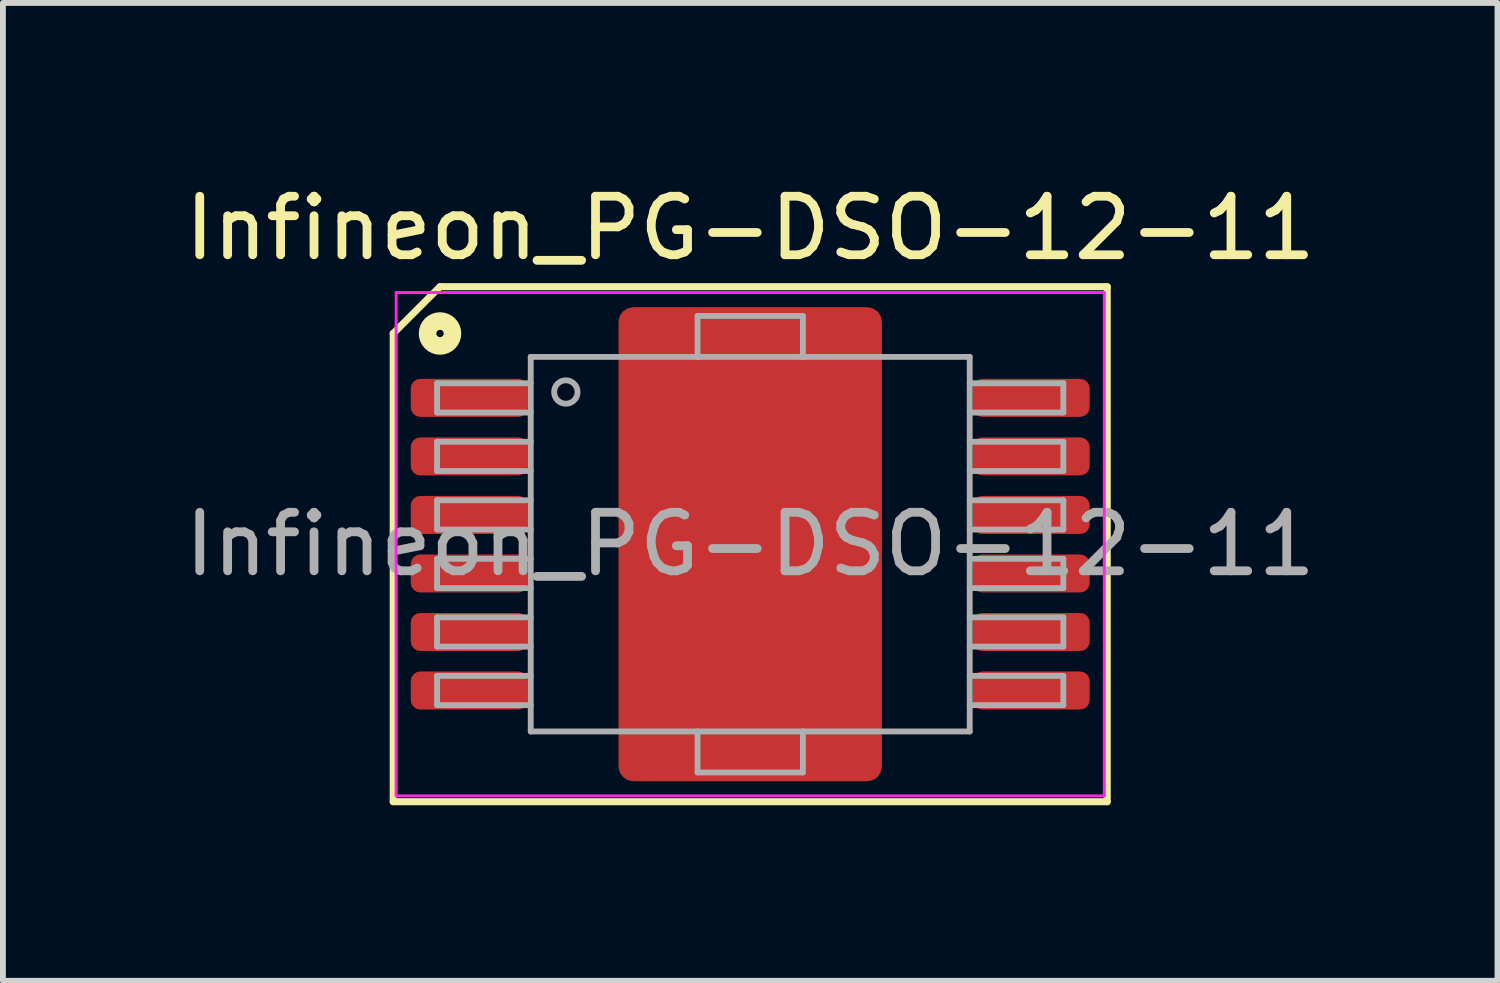
<source format=kicad_pcb>
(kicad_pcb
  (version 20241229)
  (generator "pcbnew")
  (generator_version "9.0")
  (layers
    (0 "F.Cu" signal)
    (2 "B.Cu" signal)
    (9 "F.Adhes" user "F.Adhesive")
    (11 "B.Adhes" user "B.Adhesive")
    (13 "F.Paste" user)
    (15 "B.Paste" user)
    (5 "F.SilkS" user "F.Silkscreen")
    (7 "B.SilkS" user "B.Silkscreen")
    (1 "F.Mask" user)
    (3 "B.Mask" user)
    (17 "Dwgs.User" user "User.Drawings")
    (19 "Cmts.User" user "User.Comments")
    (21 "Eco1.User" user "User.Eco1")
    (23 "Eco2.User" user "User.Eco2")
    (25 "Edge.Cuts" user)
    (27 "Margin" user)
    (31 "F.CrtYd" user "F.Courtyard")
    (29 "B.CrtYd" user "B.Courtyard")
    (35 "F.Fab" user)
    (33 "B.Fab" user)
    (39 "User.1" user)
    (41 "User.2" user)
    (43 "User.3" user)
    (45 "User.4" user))
  (footprint "Infineon_PG-DSO-12-11"
    (layer "F.Cu")
    (at 9.768 6.248)
    (property "Reference" "Infineon_PG-DSO-12-11" (at 0 -5.4 0) (layer "F.SilkS") (effects (font (size 1 1) (thickness 0.15))))
    (attr smd)
    (fp_line (start -6.1 -3.6) (end -6.1 4.4) (stroke (width 0.12) (type solid)) (layer "F.SilkS"))
    (fp_line (start -6.1 -3.6) (end -5.3 -4.4) (stroke (width 0.12) (type solid)) (layer "F.SilkS"))
    (fp_line (start -6.1 4.4) (end 6.1 4.4) (stroke (width 0.12) (type solid)) (layer "F.SilkS"))
    (fp_line (start 6.1 -4.4) (end -5.3 -4.4) (stroke (width 0.12) (type solid)) (layer "F.SilkS"))
    (fp_line (start 6.1 4.4) (end 6.1 -4.4) (stroke (width 0.12) (type solid)) (layer "F.SilkS"))
    (fp_circle (center -5.3 -3.6) (end -5.237 -3.6) (stroke (width 0.3) (type solid)) (fill no) (layer "F.SilkS"))
    (fp_line (start -6.05 -4.3) (end 6.05 -4.3) (stroke (width 0.05) (type solid)) (layer "F.CrtYd"))
    (fp_line (start -6.05 4.3) (end -6.05 -4.3) (stroke (width 0.05) (type solid)) (layer "F.CrtYd"))
    (fp_line (start 6.05 -4.3) (end 6.05 4.3) (stroke (width 0.05) (type solid)) (layer "F.CrtYd"))
    (fp_line (start 6.05 4.3) (end -6.05 4.3) (stroke (width 0.05) (type solid)) (layer "F.CrtYd"))
    (fp_line (start -5.35 -2.75) (end -5.35 -2.25) (stroke (width 0.1) (type solid)) (layer "F.Fab"))
    (fp_line (start -5.35 -2.75) (end -3.75 -2.75) (stroke (width 0.1) (type solid)) (layer "F.Fab"))
    (fp_line (start -5.35 -2.25) (end -3.75 -2.25) (stroke (width 0.1) (type solid)) (layer "F.Fab"))
    (fp_line (start -5.35 -1.75) (end -5.35 -1.25) (stroke (width 0.1) (type solid)) (layer "F.Fab"))
    (fp_line (start -5.35 -1.75) (end -3.75 -1.75) (stroke (width 0.1) (type solid)) (layer "F.Fab"))
    (fp_line (start -5.35 -1.25) (end -3.75 -1.25) (stroke (width 0.1) (type solid)) (layer "F.Fab"))
    (fp_line (start -5.35 -0.75) (end -5.35 -0.25) (stroke (width 0.1) (type solid)) (layer "F.Fab"))
    (fp_line (start -5.35 -0.75) (end -3.75 -0.75) (stroke (width 0.1) (type solid)) (layer "F.Fab"))
    (fp_line (start -5.35 -0.25) (end -3.75 -0.25) (stroke (width 0.1) (type solid)) (layer "F.Fab"))
    (fp_line (start -5.35 0.25) (end -5.35 0.75) (stroke (width 0.1) (type solid)) (layer "F.Fab"))
    (fp_line (start -5.35 0.25) (end -3.75 0.25) (stroke (width 0.1) (type solid)) (layer "F.Fab"))
    (fp_line (start -5.35 0.75) (end -3.75 0.75) (stroke (width 0.1) (type solid)) (layer "F.Fab"))
    (fp_line (start -5.35 1.25) (end -5.35 1.75) (stroke (width 0.1) (type solid)) (layer "F.Fab"))
    (fp_line (start -5.35 1.25) (end -3.75 1.25) (stroke (width 0.1) (type solid)) (layer "F.Fab"))
    (fp_line (start -5.35 1.75) (end -3.75 1.75) (stroke (width 0.1) (type solid)) (layer "F.Fab"))
    (fp_line (start -5.35 2.25) (end -5.35 2.75) (stroke (width 0.1) (type solid)) (layer "F.Fab"))
    (fp_line (start -5.35 2.25) (end -3.75 2.25) (stroke (width 0.1) (type solid)) (layer "F.Fab"))
    (fp_line (start -5.35 2.75) (end -3.75 2.75) (stroke (width 0.1) (type solid)) (layer "F.Fab"))
    (fp_line (start -3.75 -3.2) (end -0.9 -3.2) (stroke (width 0.1) (type solid)) (layer "F.Fab"))
    (fp_line (start -3.75 3.2) (end -3.75 -3.2) (stroke (width 0.1) (type solid)) (layer "F.Fab"))
    (fp_line (start -0.9 -3.9) (end 0.9 -3.9) (stroke (width 0.1) (type solid)) (layer "F.Fab"))
    (fp_line (start -0.9 -3.2) (end -0.9 -3.9) (stroke (width 0.1) (type solid)) (layer "F.Fab"))
    (fp_line (start -0.9 -3.2) (end 0.9 -3.2) (stroke (width 0.1) (type solid)) (layer "F.Fab"))
    (fp_line (start -0.9 3.2) (end -3.75 3.2) (stroke (width 0.1) (type solid)) (layer "F.Fab"))
    (fp_line (start -0.9 3.2) (end 0.9 3.2) (stroke (width 0.1) (type solid)) (layer "F.Fab"))
    (fp_line (start -0.9 3.9) (end -0.9 3.2) (stroke (width 0.1) (type solid)) (layer "F.Fab"))
    (fp_line (start 0.9 -3.9) (end 0.9 -3.2) (stroke (width 0.1) (type solid)) (layer "F.Fab"))
    (fp_line (start 0.9 -3.2) (end 3.75 -3.2) (stroke (width 0.1) (type solid)) (layer "F.Fab"))
    (fp_line (start 0.9 3.2) (end 0.9 3.9) (stroke (width 0.1) (type solid)) (layer "F.Fab"))
    (fp_line (start 0.9 3.9) (end -0.9 3.9) (stroke (width 0.1) (type solid)) (layer "F.Fab"))
    (fp_line (start 3.75 -3.2) (end 3.75 3.2) (stroke (width 0.1) (type solid)) (layer "F.Fab"))
    (fp_line (start 3.75 3.2) (end 0.9 3.2) (stroke (width 0.1) (type solid)) (layer "F.Fab"))
    (fp_line (start 5.35 -2.75) (end 3.75 -2.75) (stroke (width 0.1) (type solid)) (layer "F.Fab"))
    (fp_line (start 5.35 -2.25) (end 3.75 -2.25) (stroke (width 0.1) (type solid)) (layer "F.Fab"))
    (fp_line (start 5.35 -2.25) (end 5.35 -2.75) (stroke (width 0.1) (type solid)) (layer "F.Fab"))
    (fp_line (start 5.35 -1.75) (end 3.75 -1.75) (stroke (width 0.1) (type solid)) (layer "F.Fab"))
    (fp_line (start 5.35 -1.25) (end 3.75 -1.25) (stroke (width 0.1) (type solid)) (layer "F.Fab"))
    (fp_line (start 5.35 -1.25) (end 5.35 -1.75) (stroke (width 0.1) (type solid)) (layer "F.Fab"))
    (fp_line (start 5.35 -0.75) (end 3.75 -0.75) (stroke (width 0.1) (type solid)) (layer "F.Fab"))
    (fp_line (start 5.35 -0.25) (end 3.75 -0.25) (stroke (width 0.1) (type solid)) (layer "F.Fab"))
    (fp_line (start 5.35 -0.25) (end 5.35 -0.75) (stroke (width 0.1) (type solid)) (layer "F.Fab"))
    (fp_line (start 5.35 0.25) (end 3.75 0.25) (stroke (width 0.1) (type solid)) (layer "F.Fab"))
    (fp_line (start 5.35 0.75) (end 3.75 0.75) (stroke (width 0.1) (type solid)) (layer "F.Fab"))
    (fp_line (start 5.35 0.75) (end 5.35 0.25) (stroke (width 0.1) (type solid)) (layer "F.Fab"))
    (fp_line (start 5.35 1.25) (end 3.75 1.25) (stroke (width 0.1) (type solid)) (layer "F.Fab"))
    (fp_line (start 5.35 1.75) (end 3.75 1.75) (stroke (width 0.1) (type solid)) (layer "F.Fab"))
    (fp_line (start 5.35 1.75) (end 5.35 1.25) (stroke (width 0.1) (type solid)) (layer "F.Fab"))
    (fp_line (start 5.35 2.25) (end 3.75 2.25) (stroke (width 0.1) (type solid)) (layer "F.Fab"))
    (fp_line (start 5.35 2.75) (end 3.75 2.75) (stroke (width 0.1) (type solid)) (layer "F.Fab"))
    (fp_line (start 5.35 2.75) (end 5.35 2.25) (stroke (width 0.1) (type solid)) (layer "F.Fab"))
    (fp_circle (center -3.15 -2.6) (end -2.95 -2.6) (stroke (width 0.1) (type solid)) (fill no) (layer "F.Fab"))
    (fp_text user "${REFERENCE}" (at 0 0 0) (layer "F.Fab") (effects (font (size 1 1) (thickness 0.15))))
    (pad "" smd roundrect (at -1.125 -2.92) (size 1.95 1.16) (layers "F.Paste") (roundrect_rratio 0.216))
    (pad "" smd roundrect (at -1.125 -1.46) (size 1.95 1.16) (layers "F.Paste") (roundrect_rratio 0.216))
    (pad "" smd roundrect (at -1.125 0) (size 1.95 1.16) (layers "F.Paste") (roundrect_rratio 0.216))
    (pad "" smd roundrect (at -1.125 1.46) (size 1.95 1.16) (layers "F.Paste") (roundrect_rratio 0.216))
    (pad "" smd roundrect (at -1.125 2.92) (size 1.95 1.16) (layers "F.Paste") (roundrect_rratio 0.216))
    (pad "" smd roundrect (at 1.125 -2.92) (size 1.95 1.16) (layers "F.Paste") (roundrect_rratio 0.216))
    (pad "" smd roundrect (at 1.125 -1.46) (size 1.95 1.16) (layers "F.Paste") (roundrect_rratio 0.216))
    (pad "" smd roundrect (at 1.125 0) (size 1.95 1.16) (layers "F.Paste") (roundrect_rratio 0.216))
    (pad "" smd roundrect (at 1.125 1.46) (size 1.95 1.16) (layers "F.Paste") (roundrect_rratio 0.216))
    (pad "" smd roundrect (at 1.125 2.92) (size 1.95 1.16) (layers "F.Paste") (roundrect_rratio 0.216))
    (pad "1" smd roundrect (at -4.8 -2.5) (size 2 0.65) (layers "F.Cu" "F.Mask" "F.Paste") (roundrect_rratio 0.25))
    (pad "2" smd roundrect (at -4.8 -1.5) (size 2 0.65) (layers "F.Cu" "F.Mask" "F.Paste") (roundrect_rratio 0.25))
    (pad "3" smd roundrect (at -4.8 -0.5) (size 2 0.65) (layers "F.Cu" "F.Mask" "F.Paste") (roundrect_rratio 0.25))
    (pad "4" smd roundrect (at -4.8 0.5) (size 2 0.65) (layers "F.Cu" "F.Mask" "F.Paste") (roundrect_rratio 0.25))
    (pad "5" smd roundrect (at -4.8 1.5) (size 2 0.65) (layers "F.Cu" "F.Mask" "F.Paste") (roundrect_rratio 0.25))
    (pad "6" smd roundrect (at -4.8 2.5) (size 2 0.65) (layers "F.Cu" "F.Mask" "F.Paste") (roundrect_rratio 0.25))
    (pad "7" smd roundrect (at 4.8 2.5) (size 2 0.65) (layers "F.Cu" "F.Mask" "F.Paste") (roundrect_rratio 0.25))
    (pad "8" smd roundrect (at 4.8 1.5) (size 2 0.65) (layers "F.Cu" "F.Mask" "F.Paste") (roundrect_rratio 0.25))
    (pad "9" smd roundrect (at 4.8 0.5) (size 2 0.65) (layers "F.Cu" "F.Mask" "F.Paste") (roundrect_rratio 0.25))
    (pad "10" smd roundrect (at 4.8 -0.5) (size 2 0.65) (layers "F.Cu" "F.Mask" "F.Paste") (roundrect_rratio 0.25))
    (pad "11" smd roundrect (at 4.8 -1.5) (size 2 0.65) (layers "F.Cu" "F.Mask" "F.Paste") (roundrect_rratio 0.25))
    (pad "12" smd roundrect (at 4.8 -2.5) (size 2 0.65) (layers "F.Cu" "F.Mask" "F.Paste") (roundrect_rratio 0.25))
    (pad "13" smd roundrect (at 0 0) (size 4.5 8.1) (layers "F.Cu" "F.Mask") (roundrect_rratio 0.056)))
  (gr_rect
    (start -3 -3)
    (end 22.536 13.708)
    (stroke (width 0.1) (type default))
    (fill no)
    (layer "Edge.Cuts")))
</source>
